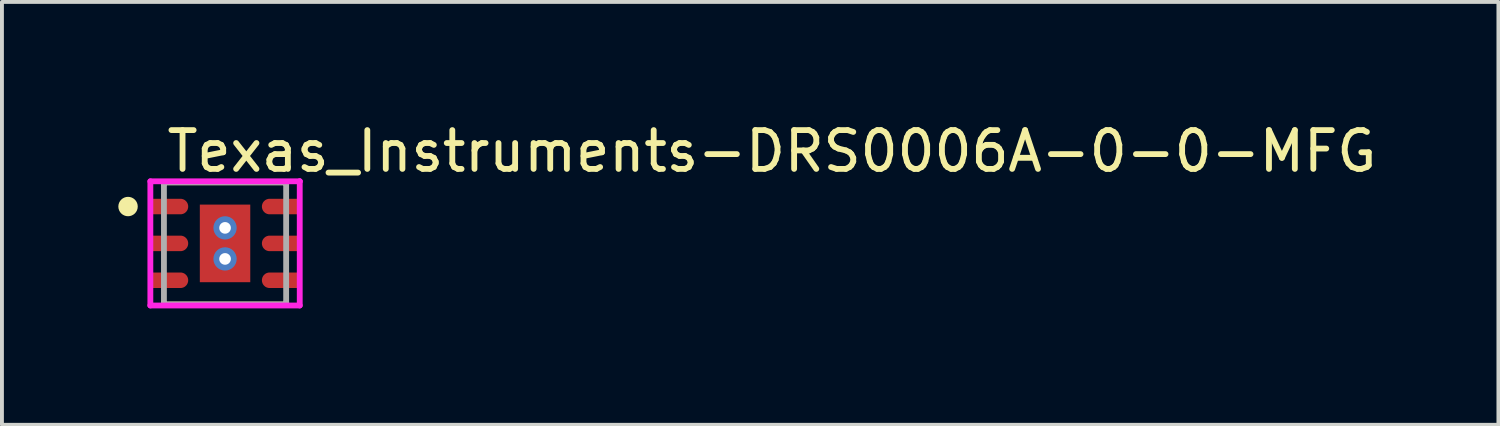
<source format=kicad_pcb>
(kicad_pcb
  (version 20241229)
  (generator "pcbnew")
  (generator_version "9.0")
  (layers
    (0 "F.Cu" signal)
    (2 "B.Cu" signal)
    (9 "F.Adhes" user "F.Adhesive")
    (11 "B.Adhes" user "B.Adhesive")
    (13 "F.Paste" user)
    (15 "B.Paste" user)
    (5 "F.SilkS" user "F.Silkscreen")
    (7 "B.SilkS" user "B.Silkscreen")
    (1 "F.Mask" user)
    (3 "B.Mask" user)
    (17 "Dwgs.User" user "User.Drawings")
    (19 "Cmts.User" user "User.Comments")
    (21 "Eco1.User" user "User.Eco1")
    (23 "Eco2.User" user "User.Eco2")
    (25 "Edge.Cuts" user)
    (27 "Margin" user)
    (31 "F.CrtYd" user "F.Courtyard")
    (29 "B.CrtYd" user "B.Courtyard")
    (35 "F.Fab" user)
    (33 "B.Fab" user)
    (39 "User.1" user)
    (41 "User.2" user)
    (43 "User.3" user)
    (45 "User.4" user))
  (footprint "Texas_Instruments-DRS0006A-0-0-MFG"
    (layer "F.Cu")
    (at 2.75 3.223)
    (property "Reference" "Texas_Instruments-DRS0006A-0-0-MFG" (at -1.575 -2.375 0) (layer "F.SilkS") (effects (font (size 1 1) (thickness 0.15)) (justify left)))
    (attr through_hole)
    (fp_line (start -1.575 -1.575) (end 1.575 -1.575) (stroke (width 0.15) (type solid)) (layer "F.SilkS"))
    (fp_line (start -1.575 -1.525) (end -1.575 -1.575) (stroke (width 0.15) (type solid)) (layer "F.SilkS"))
    (fp_line (start -1.575 1.575) (end -1.575 1.525) (stroke (width 0.15) (type solid)) (layer "F.SilkS"))
    (fp_line (start -1.575 1.575) (end 1.575 1.575) (stroke (width 0.15) (type solid)) (layer "F.SilkS"))
    (fp_line (start 1.575 -1.525) (end 1.575 -1.575) (stroke (width 0.15) (type solid)) (layer "F.SilkS"))
    (fp_line (start 1.575 1.575) (end 1.575 1.525) (stroke (width 0.15) (type solid)) (layer "F.SilkS"))
    (fp_circle (center -2.5 -0.95) (end -2.375 -0.95) (stroke (width 0.25) (type solid)) (fill no) (layer "F.SilkS"))
    (fp_line (start -1.925 -1.6) (end -1.925 1.6) (stroke (width 0.15) (type solid)) (layer "F.CrtYd"))
    (fp_line (start -1.925 1.6) (end 1.925 1.6) (stroke (width 0.15) (type solid)) (layer "F.CrtYd"))
    (fp_line (start 1.925 -1.6) (end -1.925 -1.6) (stroke (width 0.15) (type solid)) (layer "F.CrtYd"))
    (fp_line (start 1.925 -1.6) (end 1.925 -1.6) (stroke (width 0.15) (type solid)) (layer "F.CrtYd"))
    (fp_line (start 1.925 1.6) (end 1.925 -1.6) (stroke (width 0.15) (type solid)) (layer "F.CrtYd"))
    (fp_line (start -1.575 -1.575) (end 1.575 -1.575) (stroke (width 0.15) (type solid)) (layer "F.Fab"))
    (fp_line (start -1.575 1.575) (end -1.575 -1.575) (stroke (width 0.15) (type solid)) (layer "F.Fab"))
    (fp_line (start 1.575 -1.575) (end 1.575 1.575) (stroke (width 0.15) (type solid)) (layer "F.Fab"))
    (fp_line (start 1.575 1.575) (end -1.575 1.575) (stroke (width 0.15) (type solid)) (layer "F.Fab"))
    (pad "" smd custom (at -1.425 -0.95) (size 0.35 0.35) (layers "F.Paste") (options (anchor circle)) (primitives (gr_poly (pts (xy -0.45 -0.175) (xy -0.45 0.175) (xy 0.275 0.175) (xy 0.289 0.174) (xy 0.302 0.173) (xy 0.316 0.17) (xy 0.329 0.166) (xy 0.342 0.162) (xy 0.354 0.156) (xy 0.366 0.149) (xy 0.378 0.142) (xy 0.389 0.133) (xy 0.399 0.124) (xy 0.408 0.114) (xy 0.417 0.103) (xy 0.424 0.091) (xy 0.431 0.079) (xy 0.437 0.067) (xy 0.441 0.054) (xy 0.445 0.041) (xy 0.448 0.027) (xy 0.449 0.014) (xy 0.45 0) (xy 0.449 -0.014) (xy 0.448 -0.027) (xy 0.445 -0.041) (xy 0.441 -0.054) (xy 0.437 -0.067) (xy 0.431 -0.079) (xy 0.424 -0.091) (xy 0.417 -0.103) (xy 0.408 -0.114) (xy 0.399 -0.124) (xy 0.389 -0.133) (xy 0.378 -0.142) (xy 0.366 -0.149) (xy 0.354 -0.156) (xy 0.342 -0.162) (xy 0.329 -0.166) (xy 0.316 -0.17) (xy 0.302 -0.173) (xy 0.289 -0.174) (xy 0.275 -0.175) (xy -0.45 -0.175)) (width 0) (fill yes))))
    (pad "" smd custom (at -1.425 0.000001) (size 0.35 0.35) (layers "F.Paste") (options (anchor circle)) (primitives (gr_poly (pts (xy -0.45 -0.175) (xy -0.45 0.175) (xy 0.275 0.175) (xy 0.289 0.174) (xy 0.302 0.173) (xy 0.316 0.17) (xy 0.329 0.166) (xy 0.342 0.162) (xy 0.354 0.156) (xy 0.366 0.149) (xy 0.378 0.142) (xy 0.389 0.133) (xy 0.399 0.124) (xy 0.408 0.114) (xy 0.417 0.103) (xy 0.424 0.091) (xy 0.431 0.079) (xy 0.437 0.067) (xy 0.441 0.054) (xy 0.445 0.041) (xy 0.448 0.027) (xy 0.449 0.014) (xy 0.45 0) (xy 0.449 -0.014) (xy 0.448 -0.027) (xy 0.445 -0.041) (xy 0.441 -0.054) (xy 0.437 -0.067) (xy 0.431 -0.079) (xy 0.424 -0.091) (xy 0.417 -0.103) (xy 0.408 -0.114) (xy 0.399 -0.124) (xy 0.389 -0.133) (xy 0.378 -0.142) (xy 0.366 -0.149) (xy 0.354 -0.156) (xy 0.342 -0.162) (xy 0.329 -0.166) (xy 0.316 -0.17) (xy 0.302 -0.173) (xy 0.289 -0.174) (xy 0.275 -0.175) (xy -0.45 -0.175)) (width 0) (fill yes))))
    (pad "" smd custom (at -1.425 0.95) (size 0.35 0.35) (layers "F.Paste") (options (anchor circle)) (primitives (gr_poly (pts (xy -0.45 -0.175) (xy -0.45 0.175) (xy 0.275 0.175) (xy 0.289 0.174) (xy 0.302 0.173) (xy 0.316 0.17) (xy 0.329 0.166) (xy 0.342 0.162) (xy 0.354 0.156) (xy 0.366 0.149) (xy 0.378 0.142) (xy 0.389 0.133) (xy 0.399 0.124) (xy 0.408 0.114) (xy 0.417 0.103) (xy 0.424 0.091) (xy 0.431 0.079) (xy 0.437 0.067) (xy 0.441 0.054) (xy 0.445 0.041) (xy 0.448 0.027) (xy 0.449 0.014) (xy 0.45 0) (xy 0.449 -0.014) (xy 0.448 -0.027) (xy 0.445 -0.041) (xy 0.441 -0.054) (xy 0.437 -0.067) (xy 0.431 -0.079) (xy 0.424 -0.091) (xy 0.417 -0.103) (xy 0.408 -0.114) (xy 0.399 -0.124) (xy 0.389 -0.133) (xy 0.378 -0.142) (xy 0.366 -0.149) (xy 0.354 -0.156) (xy 0.342 -0.162) (xy 0.329 -0.166) (xy 0.316 -0.17) (xy 0.302 -0.173) (xy 0.289 -0.174) (xy 0.275 -0.175) (xy -0.45 -0.175)) (width 0) (fill yes))))
    (pad "" smd rect (at 0 0.000001) (size 1.1 1.7) (layers "F.Paste"))
    (pad "" smd custom (at 1.425 -0.95) (size 0.35 0.35) (layers "F.Paste") (options (anchor circle)) (primitives (gr_poly (pts (xy 0.45 0.175) (xy 0.45 -0.175) (xy -0.275 -0.175) (xy -0.289 -0.174) (xy -0.302 -0.173) (xy -0.316 -0.17) (xy -0.329 -0.166) (xy -0.342 -0.162) (xy -0.354 -0.156) (xy -0.366 -0.149) (xy -0.378 -0.142) (xy -0.389 -0.133) (xy -0.399 -0.124) (xy -0.408 -0.114) (xy -0.417 -0.103) (xy -0.424 -0.091) (xy -0.431 -0.079) (xy -0.437 -0.067) (xy -0.441 -0.054) (xy -0.445 -0.041) (xy -0.448 -0.027) (xy -0.449 -0.014) (xy -0.45 0) (xy -0.449 0.014) (xy -0.448 0.027) (xy -0.445 0.041) (xy -0.441 0.054) (xy -0.437 0.067) (xy -0.431 0.079) (xy -0.424 0.091) (xy -0.417 0.103) (xy -0.408 0.114) (xy -0.399 0.124) (xy -0.389 0.133) (xy -0.378 0.142) (xy -0.366 0.149) (xy -0.354 0.156) (xy -0.342 0.162) (xy -0.329 0.166) (xy -0.316 0.17) (xy -0.302 0.173) (xy -0.289 0.174) (xy -0.275 0.175) (xy 0.45 0.175)) (width 0) (fill yes))))
    (pad "" smd custom (at 1.425 0.000001) (size 0.35 0.35) (layers "F.Paste") (options (anchor circle)) (primitives (gr_poly (pts (xy 0.45 0.175) (xy 0.45 -0.175) (xy -0.275 -0.175) (xy -0.289 -0.174) (xy -0.302 -0.173) (xy -0.316 -0.17) (xy -0.329 -0.166) (xy -0.342 -0.162) (xy -0.354 -0.156) (xy -0.366 -0.149) (xy -0.378 -0.142) (xy -0.389 -0.133) (xy -0.399 -0.124) (xy -0.408 -0.114) (xy -0.417 -0.103) (xy -0.424 -0.091) (xy -0.431 -0.079) (xy -0.437 -0.067) (xy -0.441 -0.054) (xy -0.445 -0.041) (xy -0.448 -0.027) (xy -0.449 -0.014) (xy -0.45 0) (xy -0.449 0.014) (xy -0.448 0.027) (xy -0.445 0.041) (xy -0.441 0.054) (xy -0.437 0.067) (xy -0.431 0.079) (xy -0.424 0.091) (xy -0.417 0.103) (xy -0.408 0.114) (xy -0.399 0.124) (xy -0.389 0.133) (xy -0.378 0.142) (xy -0.366 0.149) (xy -0.354 0.156) (xy -0.342 0.162) (xy -0.329 0.166) (xy -0.316 0.17) (xy -0.302 0.173) (xy -0.289 0.174) (xy -0.275 0.175) (xy 0.45 0.175)) (width 0) (fill yes))))
    (pad "" smd custom (at 1.425 0.95) (size 0.35 0.35) (layers "F.Paste") (options (anchor circle)) (primitives (gr_poly (pts (xy 0.45 0.175) (xy 0.45 -0.175) (xy -0.275 -0.175) (xy -0.289 -0.174) (xy -0.302 -0.173) (xy -0.316 -0.17) (xy -0.329 -0.166) (xy -0.342 -0.162) (xy -0.354 -0.156) (xy -0.366 -0.149) (xy -0.378 -0.142) (xy -0.389 -0.133) (xy -0.399 -0.124) (xy -0.408 -0.114) (xy -0.417 -0.103) (xy -0.424 -0.091) (xy -0.431 -0.079) (xy -0.437 -0.067) (xy -0.441 -0.054) (xy -0.445 -0.041) (xy -0.448 -0.027) (xy -0.449 -0.014) (xy -0.45 0) (xy -0.449 0.014) (xy -0.448 0.027) (xy -0.445 0.041) (xy -0.441 0.054) (xy -0.437 0.067) (xy -0.431 0.079) (xy -0.424 0.091) (xy -0.417 0.103) (xy -0.408 0.114) (xy -0.399 0.124) (xy -0.389 0.133) (xy -0.378 0.142) (xy -0.366 0.149) (xy -0.354 0.156) (xy -0.342 0.162) (xy -0.329 0.166) (xy -0.316 0.17) (xy -0.302 0.173) (xy -0.289 0.174) (xy -0.275 0.175) (xy 0.45 0.175)) (width 0) (fill yes))))
    (pad "1" smd custom (at -1.425 -0.95) (size 0.4 0.4) (layers "F.Cu" "F.Mask") (options (anchor circle)) (primitives (gr_poly (pts (xy -0.475 -0.2) (xy -0.475 0.2) (xy 0.275 0.2) (xy 0.291 0.199) (xy 0.306 0.198) (xy 0.322 0.194) (xy 0.337 0.19) (xy 0.352 0.185) (xy 0.366 0.178) (xy 0.38 0.171) (xy 0.393 0.162) (xy 0.405 0.152) (xy 0.416 0.141) (xy 0.427 0.13) (xy 0.437 0.118) (xy 0.446 0.104) (xy 0.453 0.091) (xy 0.46 0.077) (xy 0.465 0.062) (xy 0.469 0.047) (xy 0.473 0.031) (xy 0.474 0.016) (xy 0.475 0) (xy 0.474 -0.016) (xy 0.473 -0.031) (xy 0.469 -0.047) (xy 0.465 -0.062) (xy 0.46 -0.077) (xy 0.453 -0.091) (xy 0.446 -0.104) (xy 0.437 -0.118) (xy 0.427 -0.13) (xy 0.416 -0.141) (xy 0.405 -0.152) (xy 0.393 -0.162) (xy 0.38 -0.171) (xy 0.366 -0.178) (xy 0.352 -0.185) (xy 0.337 -0.19) (xy 0.322 -0.194) (xy 0.306 -0.198) (xy 0.291 -0.199) (xy 0.275 -0.2) (xy -0.475 -0.2)) (width 0) (fill yes))))
    (pad "2" smd custom (at -1.425 0.000001) (size 0.4 0.4) (layers "F.Cu" "F.Mask") (options (anchor circle)) (primitives (gr_poly (pts (xy -0.475 -0.2) (xy -0.475 0.2) (xy 0.275 0.2) (xy 0.291 0.199) (xy 0.306 0.198) (xy 0.322 0.194) (xy 0.337 0.19) (xy 0.352 0.185) (xy 0.366 0.178) (xy 0.38 0.171) (xy 0.393 0.162) (xy 0.405 0.152) (xy 0.416 0.141) (xy 0.427 0.13) (xy 0.437 0.118) (xy 0.446 0.104) (xy 0.453 0.091) (xy 0.46 0.077) (xy 0.465 0.062) (xy 0.469 0.047) (xy 0.473 0.031) (xy 0.474 0.016) (xy 0.475 0) (xy 0.474 -0.016) (xy 0.473 -0.031) (xy 0.469 -0.047) (xy 0.465 -0.062) (xy 0.46 -0.077) (xy 0.453 -0.091) (xy 0.446 -0.104) (xy 0.437 -0.118) (xy 0.427 -0.13) (xy 0.416 -0.141) (xy 0.405 -0.152) (xy 0.393 -0.162) (xy 0.38 -0.171) (xy 0.366 -0.178) (xy 0.352 -0.185) (xy 0.337 -0.19) (xy 0.322 -0.194) (xy 0.306 -0.198) (xy 0.291 -0.199) (xy 0.275 -0.2) (xy -0.475 -0.2)) (width 0) (fill yes))))
    (pad "3" smd custom (at -1.425 0.95) (size 0.4 0.4) (layers "F.Cu" "F.Mask") (options (anchor circle)) (primitives (gr_poly (pts (xy -0.475 -0.2) (xy -0.475 0.2) (xy 0.275 0.2) (xy 0.291 0.199) (xy 0.306 0.198) (xy 0.322 0.194) (xy 0.337 0.19) (xy 0.352 0.185) (xy 0.366 0.178) (xy 0.38 0.171) (xy 0.393 0.162) (xy 0.405 0.152) (xy 0.416 0.141) (xy 0.427 0.13) (xy 0.437 0.118) (xy 0.446 0.104) (xy 0.453 0.091) (xy 0.46 0.077) (xy 0.465 0.062) (xy 0.469 0.047) (xy 0.473 0.031) (xy 0.474 0.016) (xy 0.475 0) (xy 0.474 -0.016) (xy 0.473 -0.031) (xy 0.469 -0.047) (xy 0.465 -0.062) (xy 0.46 -0.077) (xy 0.453 -0.091) (xy 0.446 -0.104) (xy 0.437 -0.118) (xy 0.427 -0.13) (xy 0.416 -0.141) (xy 0.405 -0.152) (xy 0.393 -0.162) (xy 0.38 -0.171) (xy 0.366 -0.178) (xy 0.352 -0.185) (xy 0.337 -0.19) (xy 0.322 -0.194) (xy 0.306 -0.198) (xy 0.291 -0.199) (xy 0.275 -0.2) (xy -0.475 -0.2)) (width 0) (fill yes))))
    (pad "4" smd custom (at 1.425 0.95) (size 0.4 0.4) (layers "F.Cu" "F.Mask") (options (anchor circle)) (primitives (gr_poly (pts (xy 0.475 0.2) (xy 0.475 -0.2) (xy -0.275 -0.2) (xy -0.291 -0.199) (xy -0.306 -0.198) (xy -0.322 -0.194) (xy -0.337 -0.19) (xy -0.352 -0.185) (xy -0.366 -0.178) (xy -0.38 -0.171) (xy -0.393 -0.162) (xy -0.405 -0.152) (xy -0.416 -0.141) (xy -0.427 -0.13) (xy -0.437 -0.118) (xy -0.446 -0.104) (xy -0.453 -0.091) (xy -0.46 -0.077) (xy -0.465 -0.062) (xy -0.469 -0.047) (xy -0.473 -0.031) (xy -0.474 -0.016) (xy -0.475 0) (xy -0.474 0.016) (xy -0.473 0.031) (xy -0.469 0.047) (xy -0.465 0.062) (xy -0.46 0.077) (xy -0.453 0.091) (xy -0.446 0.104) (xy -0.437 0.118) (xy -0.427 0.13) (xy -0.416 0.141) (xy -0.405 0.152) (xy -0.393 0.162) (xy -0.38 0.171) (xy -0.366 0.178) (xy -0.352 0.185) (xy -0.337 0.19) (xy -0.322 0.194) (xy -0.306 0.198) (xy -0.291 0.199) (xy -0.275 0.2) (xy 0.475 0.2)) (width 0) (fill yes))))
    (pad "5" smd custom (at 1.425 0.000001) (size 0.4 0.4) (layers "F.Cu" "F.Mask") (options (anchor circle)) (primitives (gr_poly (pts (xy 0.475 0.2) (xy 0.475 -0.2) (xy -0.275 -0.2) (xy -0.291 -0.199) (xy -0.306 -0.198) (xy -0.322 -0.194) (xy -0.337 -0.19) (xy -0.352 -0.185) (xy -0.366 -0.178) (xy -0.38 -0.171) (xy -0.393 -0.162) (xy -0.405 -0.152) (xy -0.416 -0.141) (xy -0.427 -0.13) (xy -0.437 -0.118) (xy -0.446 -0.104) (xy -0.453 -0.091) (xy -0.46 -0.077) (xy -0.465 -0.062) (xy -0.469 -0.047) (xy -0.473 -0.031) (xy -0.474 -0.016) (xy -0.475 0) (xy -0.474 0.016) (xy -0.473 0.031) (xy -0.469 0.047) (xy -0.465 0.062) (xy -0.46 0.077) (xy -0.453 0.091) (xy -0.446 0.104) (xy -0.437 0.118) (xy -0.427 0.13) (xy -0.416 0.141) (xy -0.405 0.152) (xy -0.393 0.162) (xy -0.38 0.171) (xy -0.366 0.178) (xy -0.352 0.185) (xy -0.337 0.19) (xy -0.322 0.194) (xy -0.306 0.198) (xy -0.291 0.199) (xy -0.275 0.2) (xy 0.475 0.2)) (width 0) (fill yes))))
    (pad "6" smd custom (at 1.425 -0.95) (size 0.4 0.4) (layers "F.Cu" "F.Mask") (options (anchor circle)) (primitives (gr_poly (pts (xy 0.475 0.2) (xy 0.475 -0.2) (xy -0.275 -0.2) (xy -0.291 -0.199) (xy -0.306 -0.198) (xy -0.322 -0.194) (xy -0.337 -0.19) (xy -0.352 -0.185) (xy -0.366 -0.178) (xy -0.38 -0.171) (xy -0.393 -0.162) (xy -0.405 -0.152) (xy -0.416 -0.141) (xy -0.427 -0.13) (xy -0.437 -0.118) (xy -0.446 -0.104) (xy -0.453 -0.091) (xy -0.46 -0.077) (xy -0.465 -0.062) (xy -0.469 -0.047) (xy -0.473 -0.031) (xy -0.474 -0.016) (xy -0.475 0) (xy -0.474 0.016) (xy -0.473 0.031) (xy -0.469 0.047) (xy -0.465 0.062) (xy -0.46 0.077) (xy -0.453 0.091) (xy -0.446 0.104) (xy -0.437 0.118) (xy -0.427 0.13) (xy -0.416 0.141) (xy -0.405 0.152) (xy -0.393 0.162) (xy -0.38 0.171) (xy -0.366 0.178) (xy -0.352 0.185) (xy -0.337 0.19) (xy -0.322 0.194) (xy -0.306 0.198) (xy -0.291 0.199) (xy -0.275 0.2) (xy 0.475 0.2)) (width 0) (fill yes))))
    (pad "7" smd rect (at 0 0.000001) (size 1.3 2) (layers "F.Cu" "F.Mask"))
    (pad "~" thru_hole circle (at 0 -0.4) (size 0.6 0.6) (drill 0.3) (layers "*.Cu"))
    (pad "~" thru_hole circle (at 0 0.4) (size 0.6 0.6) (drill 0.3) (layers "*.Cu")))
  (gr_rect
    (start -3 -3)
    (end 35.568 7.898)
    (stroke (width 0.1) (type default))
    (fill no)
    (layer "Edge.Cuts")))
</source>
